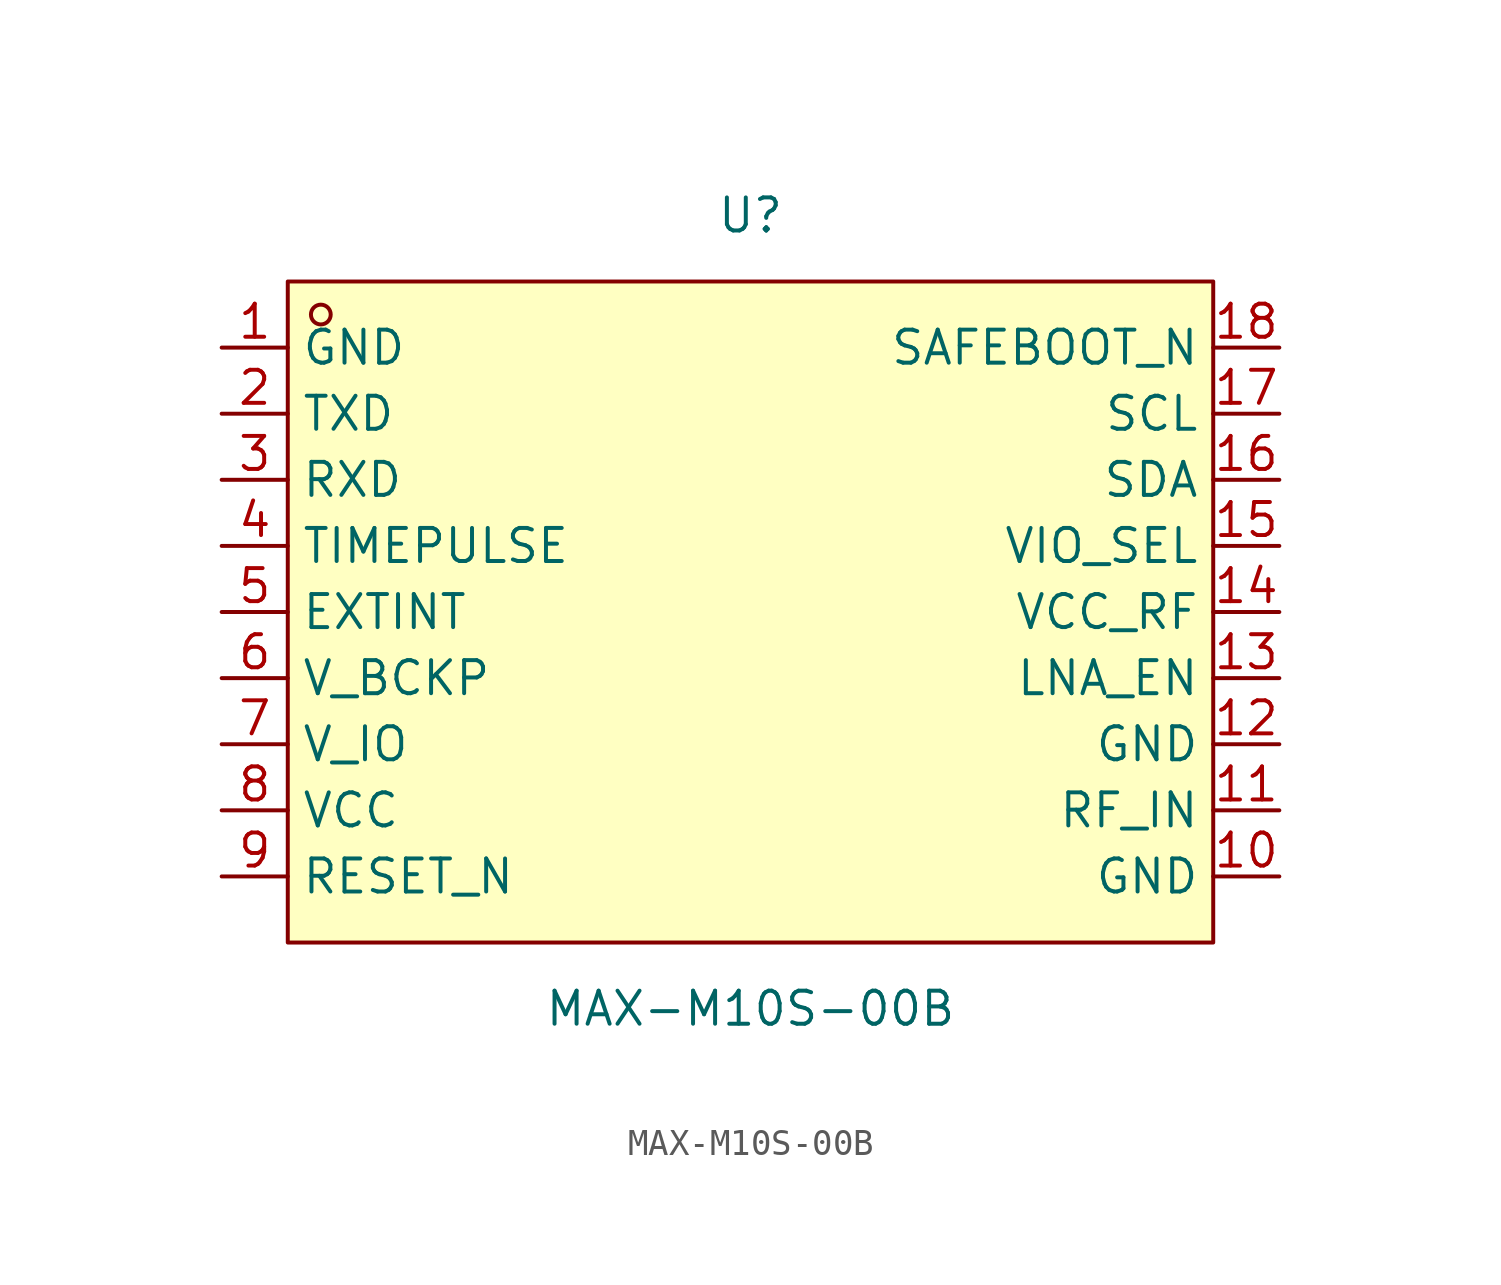
<source format=kicad_sym>
(kicad_symbol_lib
  (version 20211014)
  (generator https://github.com/uPesy/easyeda2kicad.py)
  (symbol "MAX-M10S-00B"
    (property "Reference" "U"
      (at 0 15.24 0)
      (effects (font (size 1.27 1.27))))
    (property "Value" "MAX-M10S-00B"
      (at 0 -15.24 0)
      (effects (font (size 1.27 1.27))))
    (symbol "MAX-M10S-00B_0_1"
      (rectangle (start -17.78 12.70) (end 17.78 -12.70) (stroke (width 0) (type default) (color 0 0 0 0)) (fill (type background)))
      (circle (center -16.51 11.43) (radius 0.38) (stroke (width 0) (type default) (color 0 0 0 0)) (fill (type none)))
      (pin unspecified line (at -20.32 10.16 0) (length 2.54) (name "GND" (effects (font (size 1.27 1.27)))) (number "1" (effects (font (size 1.27 1.27)))))
      (pin unspecified line (at -20.32 7.62 0) (length 2.54) (name "TXD" (effects (font (size 1.27 1.27)))) (number "2" (effects (font (size 1.27 1.27)))))
      (pin unspecified line (at -20.32 5.08 0) (length 2.54) (name "RXD" (effects (font (size 1.27 1.27)))) (number "3" (effects (font (size 1.27 1.27)))))
      (pin unspecified line (at -20.32 2.54 0) (length 2.54) (name "TIMEPULSE" (effects (font (size 1.27 1.27)))) (number "4" (effects (font (size 1.27 1.27)))))
      (pin unspecified line (at -20.32 -0.00 0) (length 2.54) (name "EXTINT" (effects (font (size 1.27 1.27)))) (number "5" (effects (font (size 1.27 1.27)))))
      (pin unspecified line (at -20.32 -2.54 0) (length 2.54) (name "V_BCKP" (effects (font (size 1.27 1.27)))) (number "6" (effects (font (size 1.27 1.27)))))
      (pin unspecified line (at -20.32 -5.08 0) (length 2.54) (name "V_IO" (effects (font (size 1.27 1.27)))) (number "7" (effects (font (size 1.27 1.27)))))
      (pin unspecified line (at -20.32 -7.62 0) (length 2.54) (name "VCC" (effects (font (size 1.27 1.27)))) (number "8" (effects (font (size 1.27 1.27)))))
      (pin unspecified line (at -20.32 -10.16 0) (length 2.54) (name "RESET_N" (effects (font (size 1.27 1.27)))) (number "9" (effects (font (size 1.27 1.27)))))
      (pin unspecified line (at 20.32 -10.16 180) (length 2.54) (name "GND" (effects (font (size 1.27 1.27)))) (number "10" (effects (font (size 1.27 1.27)))))
      (pin unspecified line (at 20.32 -7.62 180) (length 2.54) (name "RF_IN" (effects (font (size 1.27 1.27)))) (number "11" (effects (font (size 1.27 1.27)))))
      (pin unspecified line (at 20.32 -5.08 180) (length 2.54) (name "GND" (effects (font (size 1.27 1.27)))) (number "12" (effects (font (size 1.27 1.27)))))
      (pin unspecified line (at 20.32 -2.54 180) (length 2.54) (name "LNA_EN" (effects (font (size 1.27 1.27)))) (number "13" (effects (font (size 1.27 1.27)))))
      (pin unspecified line (at 20.32 -0.00 180) (length 2.54) (name "VCC_RF" (effects (font (size 1.27 1.27)))) (number "14" (effects (font (size 1.27 1.27)))))
      (pin unspecified line (at 20.32 2.54 180) (length 2.54) (name "VIO_SEL" (effects (font (size 1.27 1.27)))) (number "15" (effects (font (size 1.27 1.27)))))
      (pin unspecified line (at 20.32 5.08 180) (length 2.54) (name "SDA" (effects (font (size 1.27 1.27)))) (number "16" (effects (font (size 1.27 1.27)))))
      (pin unspecified line (at 20.32 7.62 180) (length 2.54) (name "SCL" (effects (font (size 1.27 1.27)))) (number "17" (effects (font (size 1.27 1.27)))))
      (pin unspecified line (at 20.32 10.16 180) (length 2.54) (name "SAFEBOOT_N" (effects (font (size 1.27 1.27)))) (number "18" (effects (font (size 1.27 1.27))))))))
</source>
